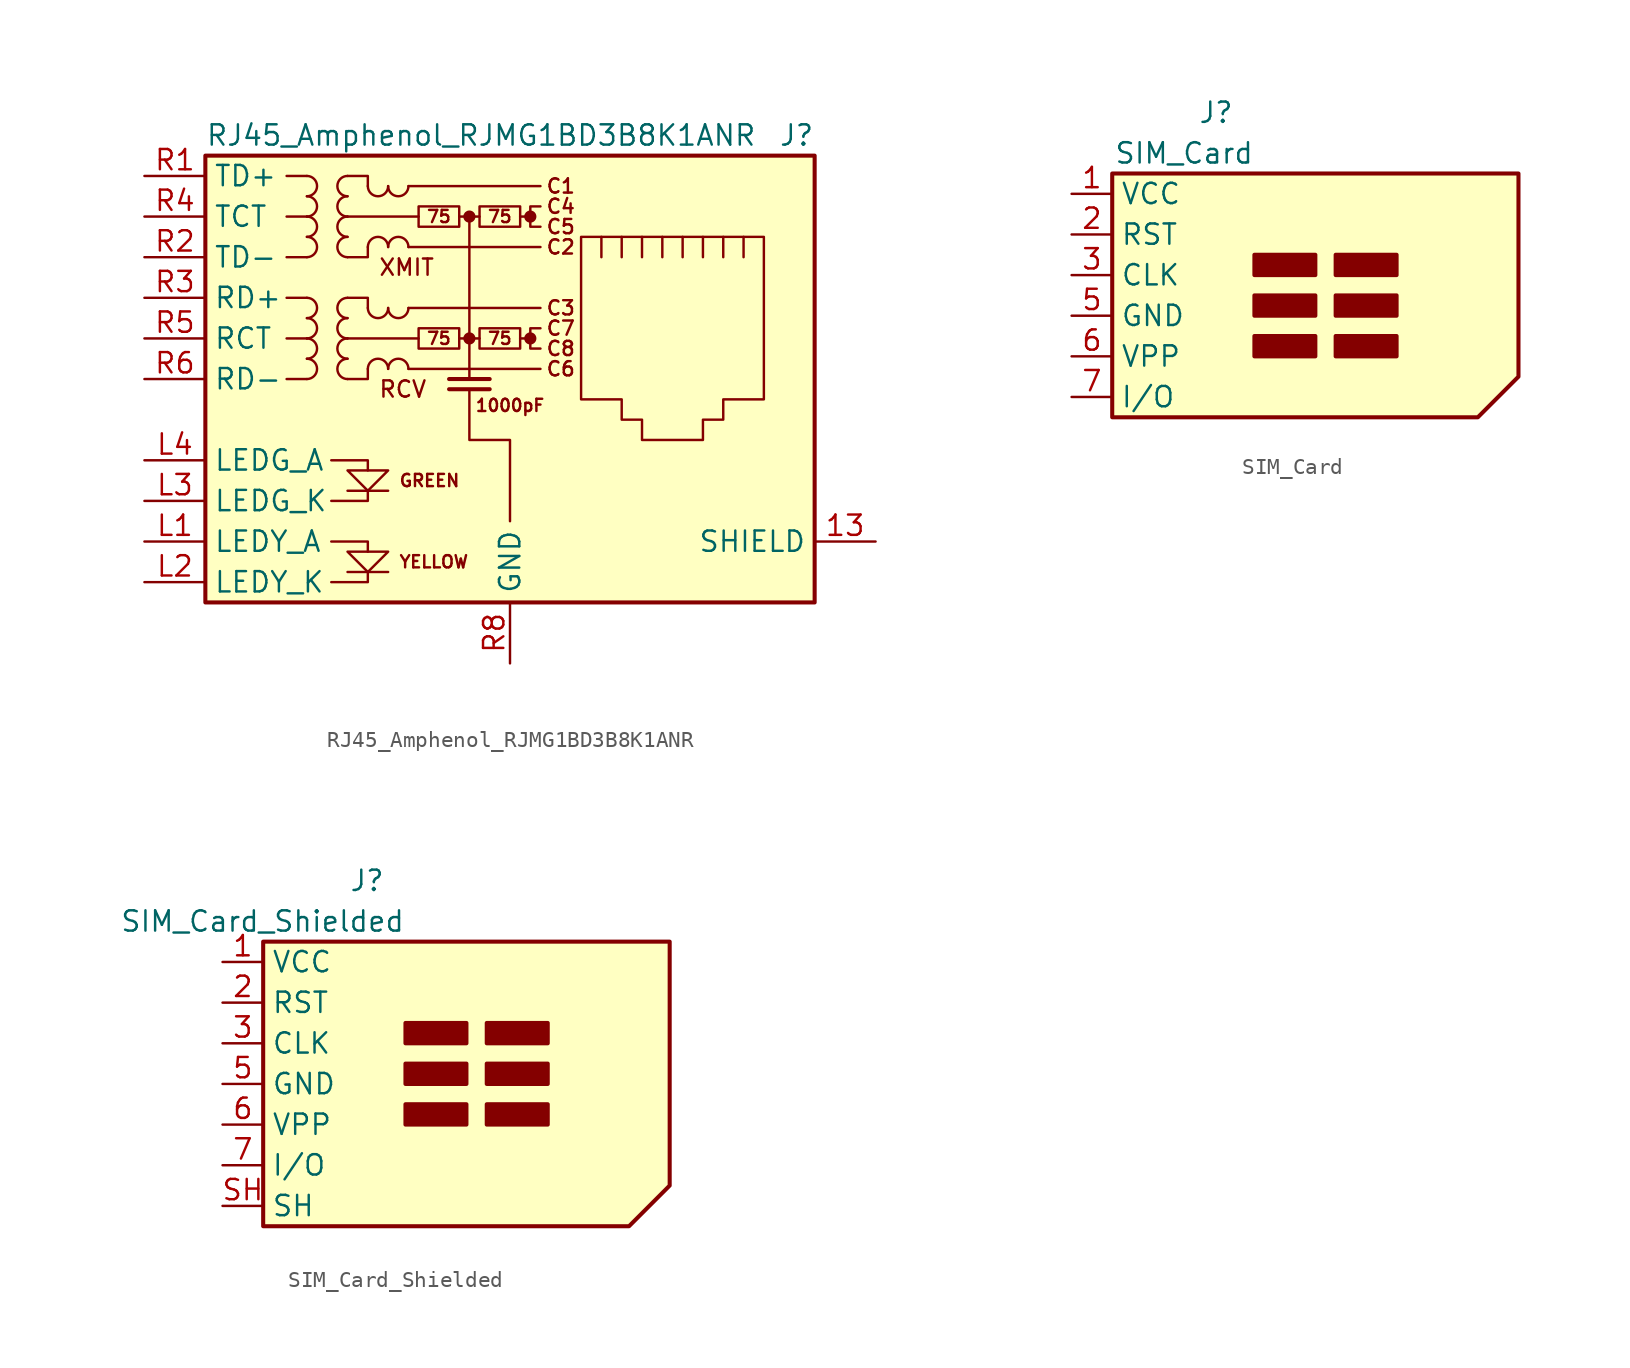
<source format=kicad_sym>
(kicad_symbol_lib
  (version 20201005)
  (generator kicad_symbol_editor)
  (symbol "RJ45_Amphenol_RJMG1BD3B8K1ANR"
    (property "Reference" "J"
      (at 19.05 15.24 0)
      (effects (font (size 1.27 1.27)) (justify right)))
    (property "Value" "RJ45_Amphenol_RJMG1BD3B8K1ANR"
      (at -19.05 15.24 0)
      (effects (font (size 1.27 1.27)) (justify left)))
    (symbol "RJ45_Amphenol_RJMG1BD3B8K1ANR_0_0"
      (circle (center -2.54 2.54) (radius 0.254) (stroke (width 0.254)) (fill (type outline)))
      (circle (center -2.54 10.16) (radius 0.254) (stroke (width 0.254)) (fill (type outline)))
      (circle (center 1.27 2.54) (radius 0.254) (stroke (width 0.254)) (fill (type outline)))
      (circle (center 1.27 10.16) (radius 0.254) (stroke (width 0.254)) (fill (type outline)))
      (text "1000pF" (at 0 -1.651 0) (effects (font (size 0.762 0.762))))
      (text "75" (at -4.445 2.54 0) (effects (font (size 0.762 0.762))))
      (text "75" (at -4.445 10.16 0) (effects (font (size 0.762 0.762))))
      (text "75" (at -0.635 2.54 0) (effects (font (size 0.762 0.762))))
      (text "75" (at -0.635 10.16 0) (effects (font (size 0.762 0.762))))
      (text "C1" (at 3.175 12.065 0) (effects (font (size 0.889 0.889))))
      (text "C2" (at 3.175 8.255 0) (effects (font (size 0.889 0.889))))
      (text "C3" (at 3.175 4.445 0) (effects (font (size 0.889 0.889))))
      (text "C4" (at 3.175 10.795 0) (effects (font (size 0.889 0.889))))
      (text "C5" (at 3.175 9.525 0) (effects (font (size 0.889 0.889))))
      (text "C6" (at 3.175 0.635 0) (effects (font (size 0.889 0.889))))
      (text "C7" (at 3.175 3.175 0) (effects (font (size 0.889 0.889))))
      (text "C8" (at 3.175 1.905 0) (effects (font (size 0.889 0.889))))
      (text "GREEN" (at -6.985 -6.35 0) (effects (font (size 0.762 0.762)) (justify left)))
      (text "RCV" (at -8.255 -0.635 0) (effects (font (size 1.016 1.016)) (justify left)))
      (text "XMIT" (at -8.255 6.985 0) (effects (font (size 1.016 1.016)) (justify left)))
      (text "YELLOW" (at -6.985 -11.43 0) (effects (font (size 0.762 0.762)) (justify left)))
      (polyline (pts (xy -7.62 -12.065) (xy -10.16 -12.065)) (stroke (width 0)) (fill (type none)))
      (polyline (pts (xy -7.62 -6.985) (xy -10.16 -6.985)) (stroke (width 0)) (fill (type none)))
      (polyline (pts (xy -2.54 10.16) (xy -2.54 0)) (stroke (width 0)) (fill (type none)))
      (polyline (pts (xy -1.27 -0.635) (xy -3.81 -0.635)) (stroke (width 0.254)) (fill (type none)))
      (polyline (pts (xy -1.27 0) (xy -3.81 0)) (stroke (width 0.254)) (fill (type none)))
      (polyline (pts (xy 1.27 2.54) (xy 0.635 2.54)) (stroke (width 0)) (fill (type none)))
      (polyline (pts (xy 1.27 10.16) (xy 0.635 10.16)) (stroke (width 0)) (fill (type none)))
      (polyline (pts (xy -11.176 -12.7) (xy -8.89 -12.7) (xy -8.89 -12.065)) (stroke (width 0)) (fill (type none)))
      (polyline (pts (xy -11.176 -10.16) (xy -8.89 -10.16) (xy -8.89 -10.795)) (stroke (width 0)) (fill (type none)))
      (polyline (pts (xy -11.176 -5.08) (xy -8.89 -5.08) (xy -8.89 -5.715)) (stroke (width 0)) (fill (type none)))
      (polyline (pts (xy -8.89 -6.985) (xy -8.89 -7.62) (xy -11.176 -7.62)) (stroke (width 0)) (fill (type none)))
      (polyline (pts (xy -10.16 -5.715) (xy -7.62 -5.715) (xy -8.89 -6.985) (xy -10.16 -5.715)) (stroke (width 0)) (fill (type none)))
      (polyline (pts (xy -7.62 -10.795) (xy -10.16 -10.795) (xy -8.89 -12.065) (xy -7.62 -10.795)) (stroke (width 0)) (fill (type none)))
      (polyline (pts (xy -2.54 -0.635) (xy -2.54 -3.81) (xy 0 -3.81) (xy 0 -8.89)) (stroke (width 0)) (fill (type none)))
      (polyline (pts (xy 1.905 3.175) (xy 1.27 3.175) (xy 1.27 1.905) (xy 1.905 1.905)) (stroke (width 0)) (fill (type none)))
      (polyline (pts (xy 1.905 10.795) (xy 1.27 10.795) (xy 1.27 9.525) (xy 1.905 9.525)) (stroke (width 0)) (fill (type none))))
    (symbol "RJ45_Amphenol_RJMG1BD3B8K1ANR_0_1"
      (arc (start -12.7 0) (end -12.7 1.27) (radius (at -12.7 0.635) (length 0.635) (angles -89.9 89.9)) (stroke (width 0)) (fill (type none)))
      (arc (start -12.7 1.27) (end -12.7 2.54) (radius (at -12.7 1.905) (length 0.635) (angles -89.9 89.9)) (stroke (width 0)) (fill (type none)))
      (arc (start -12.7 2.54) (end -12.7 3.81) (radius (at -12.7 3.175) (length 0.635) (angles -89.9 89.9)) (stroke (width 0)) (fill (type none)))
      (arc (start -12.7 3.81) (end -12.7 5.08) (radius (at -12.7 4.445) (length 0.635) (angles -89.9 89.9)) (stroke (width 0)) (fill (type none)))
      (arc (start -12.7 7.62) (end -12.7 8.89) (radius (at -12.7 8.255) (length 0.635) (angles -89.9 89.9)) (stroke (width 0)) (fill (type none)))
      (arc (start -12.7 8.89) (end -12.7 10.16) (radius (at -12.7 9.525) (length 0.635) (angles -89.9 89.9)) (stroke (width 0)) (fill (type none)))
      (arc (start -12.7 10.16) (end -12.7 11.43) (radius (at -12.7 10.795) (length 0.635) (angles -89.9 89.9)) (stroke (width 0)) (fill (type none)))
      (arc (start -12.7 11.43) (end -12.7 12.7) (radius (at -12.7 12.065) (length 0.635) (angles -89.9 89.9)) (stroke (width 0)) (fill (type none)))
      (arc (start -10.16 1.27) (end -10.16 0) (radius (at -10.16 0.635) (length 0.635) (angles 90.1 -90.1)) (stroke (width 0)) (fill (type none)))
      (arc (start -10.16 2.54) (end -10.16 1.27) (radius (at -10.16 1.905) (length 0.635) (angles 90.1 -90.1)) (stroke (width 0)) (fill (type none)))
      (arc (start -10.16 3.81) (end -10.16 2.54) (radius (at -10.16 3.175) (length 0.635) (angles 90.1 -90.1)) (stroke (width 0)) (fill (type none)))
      (arc (start -10.16 5.08) (end -10.16 3.81) (radius (at -10.16 4.445) (length 0.635) (angles 90.1 -90.1)) (stroke (width 0)) (fill (type none)))
      (arc (start -10.16 8.89) (end -10.16 7.62) (radius (at -10.16 8.255) (length 0.635) (angles 90.1 -90.1)) (stroke (width 0)) (fill (type none)))
      (arc (start -10.16 10.16) (end -10.16 8.89) (radius (at -10.16 9.525) (length 0.635) (angles 90.1 -90.1)) (stroke (width 0)) (fill (type none)))
      (arc (start -10.16 11.43) (end -10.16 10.16) (radius (at -10.16 10.795) (length 0.635) (angles 90.1 -90.1)) (stroke (width 0)) (fill (type none)))
      (arc (start -10.16 12.7) (end -10.16 11.43) (radius (at -10.16 12.065) (length 0.635) (angles 90.1 -90.1)) (stroke (width 0)) (fill (type none)))
      (arc (start -7.62 0.635) (end -8.89 0.635) (radius (at -8.255 0.635) (length 0.635) (angles 0.1 179.9)) (stroke (width 0)) (fill (type none)))
      (arc (start -8.89 4.445) (end -7.62 4.445) (radius (at -8.255 4.445) (length 0.635) (angles -179.9 -0.1)) (stroke (width 0)) (fill (type none)))
      (arc (start -7.62 8.255) (end -8.89 8.255) (radius (at -8.255 8.255) (length 0.635) (angles 0.1 179.9)) (stroke (width 0)) (fill (type none)))
      (arc (start -8.89 12.065) (end -7.62 12.065) (radius (at -8.255 12.065) (length 0.635) (angles -179.9 -0.1)) (stroke (width 0)) (fill (type none)))
      (arc (start -6.35 0.635) (end -7.62 0.635) (radius (at -6.985 0.635) (length 0.635) (angles 0.1 179.9)) (stroke (width 0)) (fill (type none)))
      (arc (start -7.62 4.445) (end -6.35 4.445) (radius (at -6.985 4.445) (length 0.635) (angles -179.9 -0.1)) (stroke (width 0)) (fill (type none)))
      (arc (start -6.35 8.255) (end -7.62 8.255) (radius (at -6.985 8.255) (length 0.635) (angles 0.1 179.9)) (stroke (width 0)) (fill (type none)))
      (arc (start -7.62 12.065) (end -6.35 12.065) (radius (at -6.985 12.065) (length 0.635) (angles -179.9 -0.1)) (stroke (width 0)) (fill (type none)))
      (rectangle (start -19.05 -13.97) (end 19.05 13.97) (stroke (width 0.254)) (fill (type background)))
      (rectangle (start -5.715 3.175) (end -3.175 1.905) (stroke (width 0)) (fill (type none)))
      (rectangle (start -5.715 10.795) (end -3.175 9.525) (stroke (width 0)) (fill (type none)))
      (rectangle (start -1.905 3.175) (end 0.635 1.905) (stroke (width 0)) (fill (type none)))
      (rectangle (start -1.905 10.795) (end 0.635 9.525) (stroke (width 0)) (fill (type none)))
      (polyline (pts (xy -12.7 0) (xy -13.97 0)) (stroke (width 0)) (fill (type none)))
      (polyline (pts (xy -12.7 2.54) (xy -13.97 2.54)) (stroke (width 0)) (fill (type none)))
      (polyline (pts (xy -12.7 5.08) (xy -13.97 5.08)) (stroke (width 0)) (fill (type none)))
      (polyline (pts (xy -12.7 7.62) (xy -13.97 7.62)) (stroke (width 0)) (fill (type none)))
      (polyline (pts (xy -12.7 10.16) (xy -13.97 10.16)) (stroke (width 0)) (fill (type none)))
      (polyline (pts (xy -12.7 12.7) (xy -13.97 12.7)) (stroke (width 0)) (fill (type none)))
      (polyline (pts (xy -6.35 0.635) (xy 1.905 0.635)) (stroke (width 0)) (fill (type none)))
      (polyline (pts (xy -6.35 4.445) (xy 1.905 4.445)) (stroke (width 0)) (fill (type none)))
      (polyline (pts (xy -6.35 8.255) (xy 1.905 8.255)) (stroke (width 0)) (fill (type none)))
      (polyline (pts (xy -6.35 12.065) (xy 1.905 12.065)) (stroke (width 0)) (fill (type none)))
      (polyline (pts (xy -5.715 2.54) (xy -10.16 2.54)) (stroke (width 0)) (fill (type none)))
      (polyline (pts (xy -5.715 10.16) (xy -10.16 10.16)) (stroke (width 0)) (fill (type none)))
      (polyline (pts (xy -3.175 2.54) (xy -1.905 2.54)) (stroke (width 0)) (fill (type none)))
      (polyline (pts (xy -3.175 10.16) (xy -1.905 10.16)) (stroke (width 0)) (fill (type none)))
      (polyline (pts (xy 5.715 7.62) (xy 5.715 8.89)) (stroke (width 0)) (fill (type none)))
      (polyline (pts (xy 6.985 8.89) (xy 6.985 7.62)) (stroke (width 0)) (fill (type none)))
      (polyline (pts (xy 8.255 8.89) (xy 8.255 7.62)) (stroke (width 0)) (fill (type none)))
      (polyline (pts (xy 9.525 8.89) (xy 9.525 7.62)) (stroke (width 0)) (fill (type none)))
      (polyline (pts (xy 10.795 8.89) (xy 10.795 7.62)) (stroke (width 0)) (fill (type none)))
      (polyline (pts (xy 12.065 8.89) (xy 12.065 7.62)) (stroke (width 0)) (fill (type none)))
      (polyline (pts (xy 13.335 7.62) (xy 13.335 8.89)) (stroke (width 0)) (fill (type none)))
      (polyline (pts (xy 14.605 7.62) (xy 14.605 8.89)) (stroke (width 0)) (fill (type none)))
      (polyline (pts (xy -10.16 5.08) (xy -8.89 5.08) (xy -8.89 4.445)) (stroke (width 0)) (fill (type none)))
      (polyline (pts (xy -10.16 12.7) (xy -8.89 12.7) (xy -8.89 12.065)) (stroke (width 0)) (fill (type none)))
      (polyline (pts (xy -8.89 0.635) (xy -8.89 0) (xy -10.16 0)) (stroke (width 0)) (fill (type none)))
      (polyline (pts (xy -8.89 8.255) (xy -8.89 7.62) (xy -10.16 7.62)) (stroke (width 0)) (fill (type none)))
      (polyline (pts (xy 4.445 8.89) (xy 15.875 8.89) (xy 15.875 -1.27) (xy 13.335 -1.27) (xy 13.335 -2.54) (xy 12.065 -2.54) (xy 12.065 -3.81) (xy 8.255 -3.81) (xy 8.255 -2.54) (xy 6.985 -2.54) (xy 6.985 -1.27) (xy 4.445 -1.27) (xy 4.445 8.89)) (stroke (width 0)) (fill (type none))))
    (symbol "RJ45_Amphenol_RJMG1BD3B8K1ANR_1_1"
      (pin passive line (at 22.86 -10.16 180) (length 3.81) (name "SHIELD" (effects (font (size 1.27 1.27)))) (number "13" (effects (font (size 1.27 1.27)))))
      (pin passive line (at -22.86 -10.16 0) (length 3.81) (name "LEDY_A" (effects (font (size 1.27 1.27)))) (number "L1" (effects (font (size 1.27 1.27)))))
      (pin passive line (at -22.86 -12.7 0) (length 3.81) (name "LEDY_K" (effects (font (size 1.27 1.27)))) (number "L2" (effects (font (size 1.27 1.27)))))
      (pin passive line (at -22.86 -7.62 0) (length 3.81) (name "LEDG_K" (effects (font (size 1.27 1.27)))) (number "L3" (effects (font (size 1.27 1.27)))))
      (pin passive line (at -22.86 -5.08 0) (length 3.81) (name "LEDG_A" (effects (font (size 1.27 1.27)))) (number "L4" (effects (font (size 1.27 1.27)))))
      (pin passive line (at -22.86 12.7 0) (length 3.81) (name "TD+" (effects (font (size 1.27 1.27)))) (number "R1" (effects (font (size 1.27 1.27)))))
      (pin passive line (at -22.86 7.62 0) (length 3.81) (name "TD-" (effects (font (size 1.27 1.27)))) (number "R2" (effects (font (size 1.27 1.27)))))
      (pin passive line (at -22.86 5.08 0) (length 3.81) (name "RD+" (effects (font (size 1.27 1.27)))) (number "R3" (effects (font (size 1.27 1.27)))))
      (pin passive line (at -22.86 10.16 0) (length 3.81) (name "TCT" (effects (font (size 1.27 1.27)))) (number "R4" (effects (font (size 1.27 1.27)))))
      (pin passive line (at -22.86 2.54 0) (length 3.81) (name "RCT" (effects (font (size 1.27 1.27)))) (number "R5" (effects (font (size 1.27 1.27)))))
      (pin passive line (at -22.86 0 0) (length 3.81) (name "RD-" (effects (font (size 1.27 1.27)))) (number "R6" (effects (font (size 1.27 1.27)))))
      (pin unconnected line (at 5.08 -5.08 0) (length 0) hide (name "NC" (effects (font (size 1.27 1.27)))) (number "R7" (effects (font (size 1.27 1.27)))))
      (pin power_in line (at 0 -17.78 90) (length 3.81) (name "GND" (effects (font (size 1.27 1.27)))) (number "R8" (effects (font (size 1.27 1.27)))))))
  (symbol "SIM_Card"
    (property "Reference" "J"
      (at -2.54 12.7 0)
      (effects (font (size 1.27 1.27)) (justify right)))
    (property "Value" "SIM_Card"
      (at -1.27 10.16 0)
      (effects (font (size 1.27 1.27)) (justify right)))
    (symbol "SIM_Card_0_1"
      (rectangle (start -1.27 -2.54) (end 2.54 -1.27) (stroke (width 0.254)) (fill (type outline)))
      (rectangle (start -1.27 0) (end 2.54 1.27) (stroke (width 0.254)) (fill (type outline)))
      (rectangle (start -1.27 2.54) (end 2.54 3.81) (stroke (width 0.254)) (fill (type outline)))
      (rectangle (start 3.81 -1.27) (end 7.62 -2.54) (stroke (width 0.254)) (fill (type outline)))
      (rectangle (start 3.81 0) (end 7.62 1.27) (stroke (width 0.254)) (fill (type outline)))
      (rectangle (start 3.81 2.54) (end 7.62 3.81) (stroke (width 0.254)) (fill (type outline)))
      (polyline (pts (xy -10.16 8.89) (xy 15.24 8.89) (xy 15.24 -3.81) (xy 12.7 -6.35) (xy -10.16 -6.35) (xy -10.16 8.89)) (stroke (width 0.254)) (fill (type background))))
    (symbol "SIM_Card_1_1"
      (pin power_in line (at -12.7 7.62 0) (length 2.54) (name "VCC" (effects (font (size 1.27 1.27)))) (number "1" (effects (font (size 1.27 1.27)))))
      (pin input line (at -12.7 5.08 0) (length 2.54) (name "RST" (effects (font (size 1.27 1.27)))) (number "2" (effects (font (size 1.27 1.27)))))
      (pin input line (at -12.7 2.54 0) (length 2.54) (name "CLK" (effects (font (size 1.27 1.27)))) (number "3" (effects (font (size 1.27 1.27)))))
      (pin power_in line (at -12.7 0 0) (length 2.54) (name "GND" (effects (font (size 1.27 1.27)))) (number "5" (effects (font (size 1.27 1.27)))))
      (pin input line (at -12.7 -2.54 0) (length 2.54) (name "VPP" (effects (font (size 1.27 1.27)))) (number "6" (effects (font (size 1.27 1.27)))))
      (pin bidirectional line (at -12.7 -5.08 0) (length 2.54) (name "I/O" (effects (font (size 1.27 1.27)))) (number "7" (effects (font (size 1.27 1.27)))))))
  (symbol "SIM_Card_Shielded"
    (property "Reference" "J"
      (at -2.54 12.7 0)
      (effects (font (size 1.27 1.27)) (justify right)))
    (property "Value" "SIM_Card_Shielded"
      (at -1.27 10.16 0)
      (effects (font (size 1.27 1.27)) (justify right)))
    (symbol "SIM_Card_Shielded_0_1"
      (rectangle (start -1.27 -2.54) (end 2.54 -1.27) (stroke (width 0.254)) (fill (type outline)))
      (rectangle (start -1.27 0) (end 2.54 1.27) (stroke (width 0.254)) (fill (type outline)))
      (rectangle (start -1.27 2.54) (end 2.54 3.81) (stroke (width 0.254)) (fill (type outline)))
      (rectangle (start 3.81 -1.27) (end 7.62 -2.54) (stroke (width 0.254)) (fill (type outline)))
      (rectangle (start 3.81 0) (end 7.62 1.27) (stroke (width 0.254)) (fill (type outline)))
      (rectangle (start 3.81 2.54) (end 7.62 3.81) (stroke (width 0.254)) (fill (type outline)))
      (polyline (pts (xy -10.16 8.89) (xy -10.16 -8.89) (xy 12.7 -8.89) (xy 15.24 -6.35) (xy 15.24 8.89) (xy -10.16 8.89)) (stroke (width 0.254)) (fill (type background))))
    (symbol "SIM_Card_Shielded_1_1"
      (pin power_in line (at -12.7 7.62 0) (length 2.54) (name "VCC" (effects (font (size 1.27 1.27)))) (number "1" (effects (font (size 1.27 1.27)))))
      (pin input line (at -12.7 5.08 0) (length 2.54) (name "RST" (effects (font (size 1.27 1.27)))) (number "2" (effects (font (size 1.27 1.27)))))
      (pin input line (at -12.7 2.54 0) (length 2.54) (name "CLK" (effects (font (size 1.27 1.27)))) (number "3" (effects (font (size 1.27 1.27)))))
      (pin power_in line (at -12.7 0 0) (length 2.54) (name "GND" (effects (font (size 1.27 1.27)))) (number "5" (effects (font (size 1.27 1.27)))))
      (pin input line (at -12.7 -2.54 0) (length 2.54) (name "VPP" (effects (font (size 1.27 1.27)))) (number "6" (effects (font (size 1.27 1.27)))))
      (pin bidirectional line (at -12.7 -5.08 0) (length 2.54) (name "I/O" (effects (font (size 1.27 1.27)))) (number "7" (effects (font (size 1.27 1.27)))))
      (pin passive line (at -12.7 -7.62 0) (length 2.54) (name "SH" (effects (font (size 1.27 1.27)))) (number "SH" (effects (font (size 1.27 1.27))))))))
</source>
